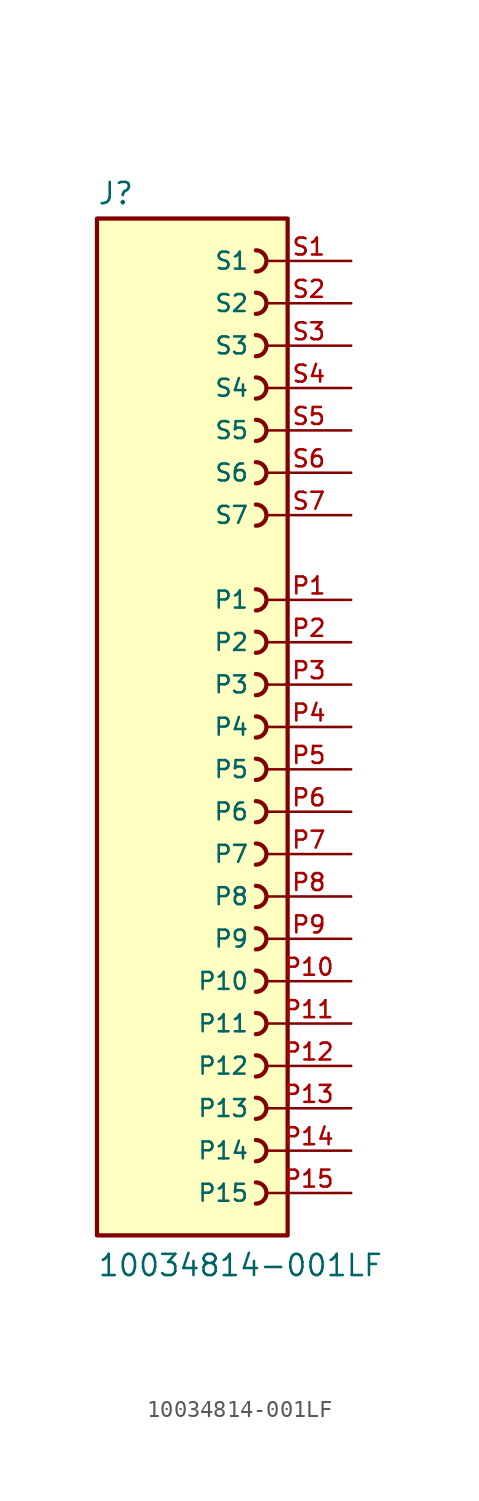
<source format=kicad_sym>
(kicad_symbol_lib
  (version 20211014)
  (generator kicad_symbol_editor)
  (symbol "10034814-001LF"
    (pin_names
      (offset 1.016))
    (property "Reference" "J"
      (at -5.08 31.242 0)
      (effects (font (size 1.27 1.27)) (justify bottom left)))
    (property "Value" "10034814-001LF"
      (at -5.08 -33.02 0)
      (effects (font (size 1.27 1.27)) (justify bottom left)))
    (symbol "10034814-001LF_0_0"
      (arc (start 4.445 27.305) (mid 5.08 27.94) (end 4.445 28.575) (stroke (width 0.254) (type default) (color 0 0 0 0)) (fill (type none)))
      (arc (start 4.445 24.765) (mid 5.08 25.4) (end 4.445 26.035) (stroke (width 0.254) (type default) (color 0 0 0 0)) (fill (type none)))
      (arc (start 4.445 22.225) (mid 5.08 22.86) (end 4.445 23.495) (stroke (width 0.254) (type default) (color 0 0 0 0)) (fill (type none)))
      (arc (start 4.445 19.685) (mid 5.08 20.32) (end 4.445 20.955) (stroke (width 0.254) (type default) (color 0 0 0 0)) (fill (type none)))
      (arc (start 4.445 17.145) (mid 5.08 17.78) (end 4.445 18.415) (stroke (width 0.254) (type default) (color 0 0 0 0)) (fill (type none)))
      (arc (start 4.445 14.605) (mid 5.08 15.24) (end 4.445 15.875) (stroke (width 0.254) (type default) (color 0 0 0 0)) (fill (type none)))
      (arc (start 4.445 12.065) (mid 5.08 12.7) (end 4.445 13.335) (stroke (width 0.254) (type default) (color 0 0 0 0)) (fill (type none)))
      (arc (start 4.445 6.985) (mid 5.08 7.62) (end 4.445 8.255) (stroke (width 0.254) (type default) (color 0 0 0 0)) (fill (type none)))
      (arc (start 4.445 4.445) (mid 5.08 5.08) (end 4.445 5.715) (stroke (width 0.254) (type default) (color 0 0 0 0)) (fill (type none)))
      (arc (start 4.445 1.905) (mid 5.08 2.54) (end 4.445 3.175) (stroke (width 0.254) (type default) (color 0 0 0 0)) (fill (type none)))
      (arc (start 4.445 -0.635) (mid 5.08 0.0) (end 4.445 0.635) (stroke (width 0.254) (type default) (color 0 0 0 0)) (fill (type none)))
      (arc (start 4.445 -3.175) (mid 5.08 -2.54) (end 4.445 -1.905) (stroke (width 0.254) (type default) (color 0 0 0 0)) (fill (type none)))
      (arc (start 4.445 -5.715) (mid 5.08 -5.08) (end 4.445 -4.445) (stroke (width 0.254) (type default) (color 0 0 0 0)) (fill (type none)))
      (arc (start 4.445 -8.255) (mid 5.08 -7.62) (end 4.445 -6.985) (stroke (width 0.254) (type default) (color 0 0 0 0)) (fill (type none)))
      (arc (start 4.445 -10.795) (mid 5.08 -10.16) (end 4.445 -9.525) (stroke (width 0.254) (type default) (color 0 0 0 0)) (fill (type none)))
      (arc (start 4.445 -13.335) (mid 5.08 -12.7) (end 4.445 -12.065) (stroke (width 0.254) (type default) (color 0 0 0 0)) (fill (type none)))
      (arc (start 4.445 -15.875) (mid 5.08 -15.24) (end 4.445 -14.605) (stroke (width 0.254) (type default) (color 0 0 0 0)) (fill (type none)))
      (arc (start 4.445 -18.415) (mid 5.08 -17.78) (end 4.445 -17.145) (stroke (width 0.254) (type default) (color 0 0 0 0)) (fill (type none)))
      (arc (start 4.445 -20.955) (mid 5.08 -20.32) (end 4.445 -19.685) (stroke (width 0.254) (type default) (color 0 0 0 0)) (fill (type none)))
      (arc (start 4.445 -23.495) (mid 5.08 -22.86) (end 4.445 -22.225) (stroke (width 0.254) (type default) (color 0 0 0 0)) (fill (type none)))
      (arc (start 4.445 -26.035) (mid 5.08 -25.4) (end 4.445 -24.765) (stroke (width 0.254) (type default) (color 0 0 0 0)) (fill (type none)))
      (arc (start 4.445 -28.575) (mid 5.08 -27.94) (end 4.445 -27.305) (stroke (width 0.254) (type default) (color 0 0 0 0)) (fill (type none)))
      (rectangle (start -5.08 -30.48) (end 6.35 30.48) (stroke (width 0.254)) (fill (type background)))
      (pin passive line (at 10.16 27.94 180.0) (length 5.08) (name "S1" (effects (font (size 1.016 1.016)))) (number "S1" (effects (font (size 1.016 1.016)))))
      (pin passive line (at 10.16 7.62 180.0) (length 5.08) (name "P1" (effects (font (size 1.016 1.016)))) (number "P1" (effects (font (size 1.016 1.016)))))
      (pin passive line (at 10.16 25.4 180.0) (length 5.08) (name "S2" (effects (font (size 1.016 1.016)))) (number "S2" (effects (font (size 1.016 1.016)))))
      (pin passive line (at 10.16 22.86 180.0) (length 5.08) (name "S3" (effects (font (size 1.016 1.016)))) (number "S3" (effects (font (size 1.016 1.016)))))
      (pin passive line (at 10.16 20.32 180.0) (length 5.08) (name "S4" (effects (font (size 1.016 1.016)))) (number "S4" (effects (font (size 1.016 1.016)))))
      (pin passive line (at 10.16 17.78 180.0) (length 5.08) (name "S5" (effects (font (size 1.016 1.016)))) (number "S5" (effects (font (size 1.016 1.016)))))
      (pin passive line (at 10.16 15.24 180.0) (length 5.08) (name "S6" (effects (font (size 1.016 1.016)))) (number "S6" (effects (font (size 1.016 1.016)))))
      (pin passive line (at 10.16 12.7 180.0) (length 5.08) (name "S7" (effects (font (size 1.016 1.016)))) (number "S7" (effects (font (size 1.016 1.016)))))
      (pin passive line (at 10.16 5.08 180.0) (length 5.08) (name "P2" (effects (font (size 1.016 1.016)))) (number "P2" (effects (font (size 1.016 1.016)))))
      (pin passive line (at 10.16 2.54 180.0) (length 5.08) (name "P3" (effects (font (size 1.016 1.016)))) (number "P3" (effects (font (size 1.016 1.016)))))
      (pin passive line (at 10.16 0.0 180.0) (length 5.08) (name "P4" (effects (font (size 1.016 1.016)))) (number "P4" (effects (font (size 1.016 1.016)))))
      (pin passive line (at 10.16 -2.54 180.0) (length 5.08) (name "P5" (effects (font (size 1.016 1.016)))) (number "P5" (effects (font (size 1.016 1.016)))))
      (pin passive line (at 10.16 -5.08 180.0) (length 5.08) (name "P6" (effects (font (size 1.016 1.016)))) (number "P6" (effects (font (size 1.016 1.016)))))
      (pin passive line (at 10.16 -7.62 180.0) (length 5.08) (name "P7" (effects (font (size 1.016 1.016)))) (number "P7" (effects (font (size 1.016 1.016)))))
      (pin passive line (at 10.16 -10.16 180.0) (length 5.08) (name "P8" (effects (font (size 1.016 1.016)))) (number "P8" (effects (font (size 1.016 1.016)))))
      (pin passive line (at 10.16 -12.7 180.0) (length 5.08) (name "P9" (effects (font (size 1.016 1.016)))) (number "P9" (effects (font (size 1.016 1.016)))))
      (pin passive line (at 10.16 -15.24 180.0) (length 5.08) (name "P10" (effects (font (size 1.016 1.016)))) (number "P10" (effects (font (size 1.016 1.016)))))
      (pin passive line (at 10.16 -17.78 180.0) (length 5.08) (name "P11" (effects (font (size 1.016 1.016)))) (number "P11" (effects (font (size 1.016 1.016)))))
      (pin passive line (at 10.16 -20.32 180.0) (length 5.08) (name "P12" (effects (font (size 1.016 1.016)))) (number "P12" (effects (font (size 1.016 1.016)))))
      (pin passive line (at 10.16 -22.86 180.0) (length 5.08) (name "P13" (effects (font (size 1.016 1.016)))) (number "P13" (effects (font (size 1.016 1.016)))))
      (pin passive line (at 10.16 -25.4 180.0) (length 5.08) (name "P14" (effects (font (size 1.016 1.016)))) (number "P14" (effects (font (size 1.016 1.016)))))
      (pin passive line (at 10.16 -27.94 180.0) (length 5.08) (name "P15" (effects (font (size 1.016 1.016)))) (number "P15" (effects (font (size 1.016 1.016))))))))
</source>
